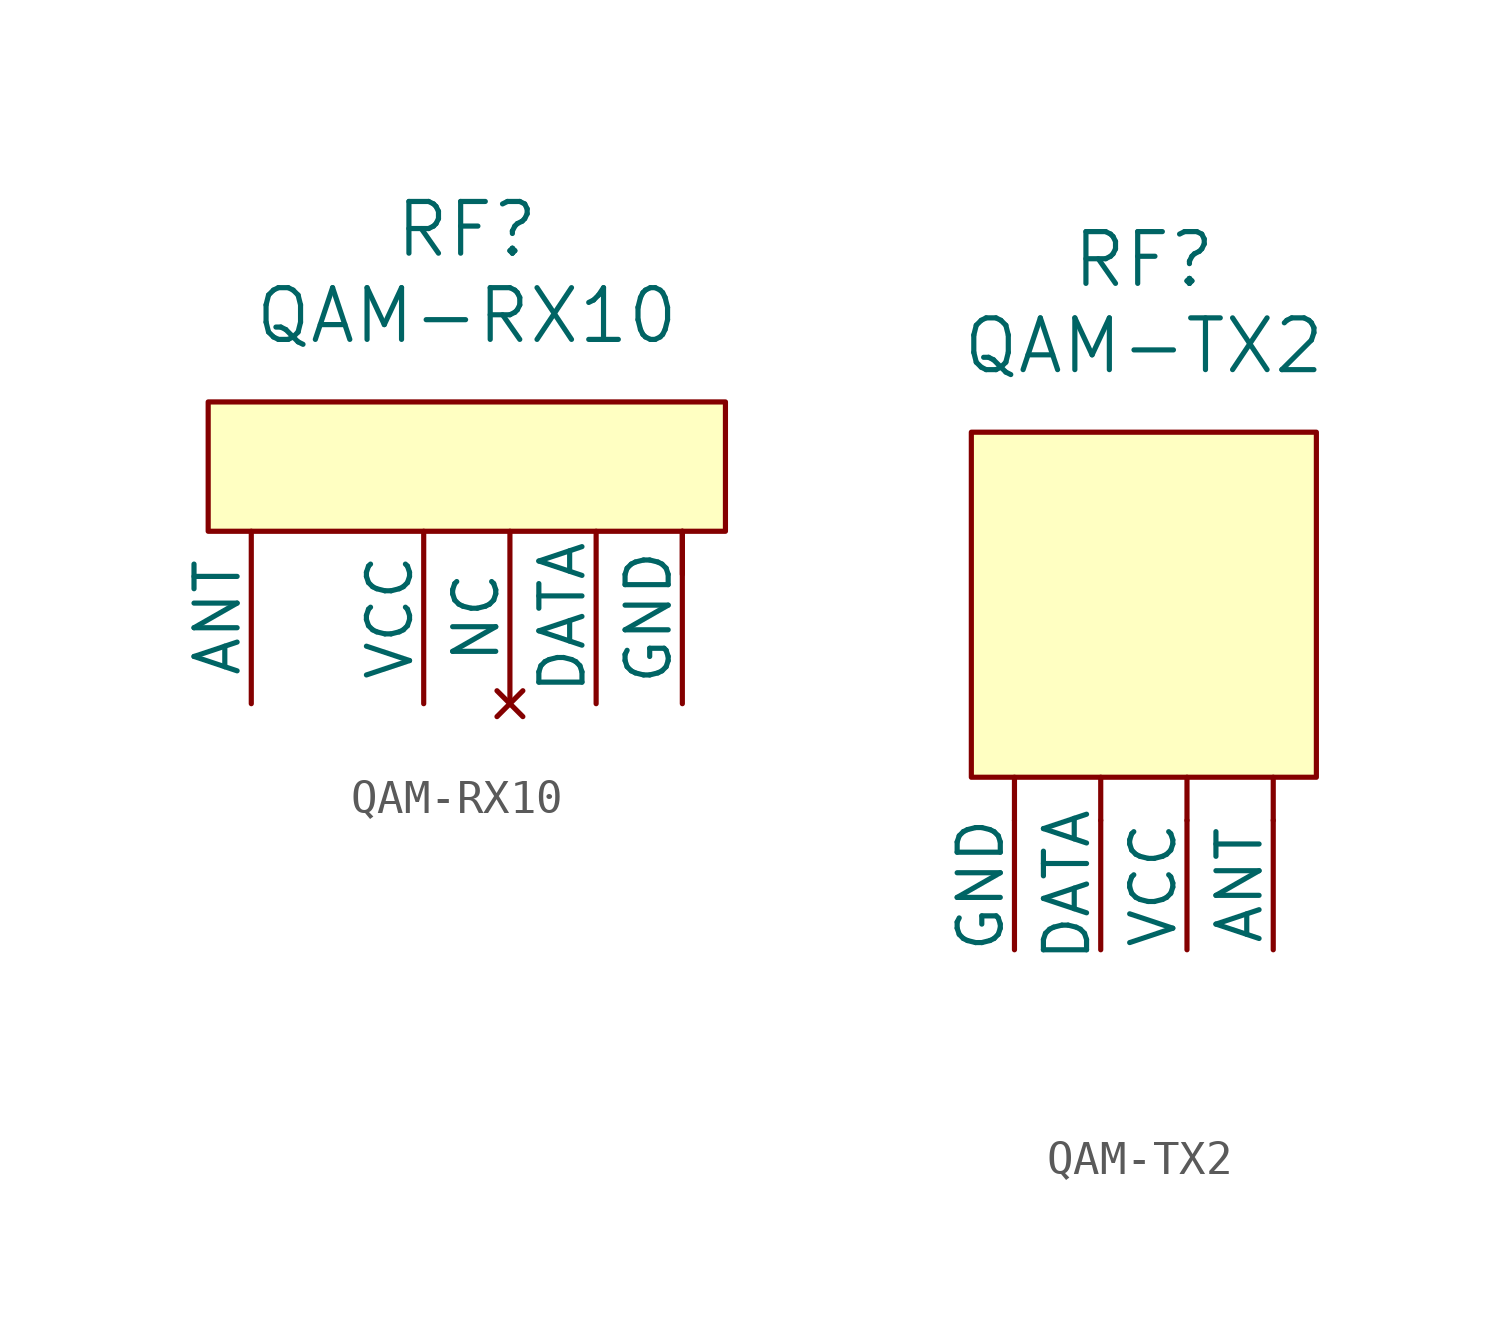
<source format=kicad_sym>
(kicad_symbol_lib
  (version 20211014)
  (generator kicad_symbol_editor)
  (symbol "QAM-RX10"
    (pin_numbers hide)
    (pin_names
      (offset 0))
    (property "Reference" "RF"
      (at 0 13.97 0)
      (effects (font (size 1.524 1.524))))
    (property "Value" "QAM-RX10"
      (at 0 11.43 0)
      (effects (font (size 1.524 1.524))))
    (property "Datasheet" ""
      (at 3.81 0 0)
      (effects (font (size 1.524 1.524))))
    (symbol "QAM-RX10_0_1"
      (rectangle (start -7.62 8.89) (end 7.62 5.08) (stroke (width 0) (type default) (color 0 0 0 0)) (fill (type background)))
      (polyline (pts (xy 6.35 3.81) (xy 6.35 5.08)) (stroke (width 0) (type default) (color 0 0 0 0)) (fill (type none))))
    (symbol "QAM-RX10_1_1"
      (pin power_in line (at -1.27 0 90) (length 5.08) (name "VCC" (effects (font (size 1.27 1.27)))) (number "1" (effects (font (size 1.27 1.27)))))
      (pin no_connect line (at 1.27 0 90) (length 5.08) (name "NC" (effects (font (size 1.27 1.27)))) (number "2" (effects (font (size 1.27 1.27)))))
      (pin output line (at 3.81 0 90) (length 5.08) (name "DATA" (effects (font (size 1.27 1.27)))) (number "3" (effects (font (size 1.27 1.27)))))
      (pin power_in line (at 6.35 0 90) (length 5.08) (name "GND" (effects (font (size 1.27 1.27)))) (number "4" (effects (font (size 1.27 1.27)))))
      (pin input line (at -6.35 0 90) (length 5.08) (name "ANT" (effects (font (size 1.27 1.27)))) (number "5" (effects (font (size 1.27 1.27)))))))
  (symbol "QAM-TX2"
    (pin_numbers hide)
    (pin_names
      (offset 0))
    (property "Reference" "RF"
      (at 0 20.32 0)
      (effects (font (size 1.524 1.524))))
    (property "Value" "QAM-TX2"
      (at 0 17.78 0)
      (effects (font (size 1.524 1.524))))
    (property "Datasheet" ""
      (at -1.27 -2.54 0)
      (effects (font (size 1.524 1.524))))
    (symbol "QAM-TX2_0_1"
      (rectangle (start -5.08 5.08) (end 5.08 15.24) (stroke (width 0) (type default) (color 0 0 0 0)) (fill (type background)))
      (polyline (pts (xy -3.81 3.81) (xy -3.81 5.08)) (stroke (width 0) (type default) (color 0 0 0 0)) (fill (type none)))
      (polyline (pts (xy -1.27 3.81) (xy -1.27 5.08)) (stroke (width 0) (type default) (color 0 0 0 0)) (fill (type none)))
      (polyline (pts (xy 1.27 3.81) (xy 1.27 5.08)) (stroke (width 0) (type default) (color 0 0 0 0)) (fill (type none)))
      (polyline (pts (xy 3.81 3.81) (xy 3.81 5.08)) (stroke (width 0) (type default) (color 0 0 0 0)) (fill (type none))))
    (symbol "QAM-TX2_1_1"
      (pin power_in line (at -3.81 0 90) (length 3.81) (name "GND" (effects (font (size 1.27 1.27)))) (number "1" (effects (font (size 1.27 1.27)))))
      (pin input line (at -1.27 0 90) (length 3.81) (name "DATA" (effects (font (size 1.27 1.27)))) (number "2" (effects (font (size 1.27 1.27)))))
      (pin power_in line (at 1.27 0 90) (length 3.81) (name "VCC" (effects (font (size 1.27 1.27)))) (number "3" (effects (font (size 1.27 1.27)))))
      (pin input line (at 3.81 0 90) (length 3.81) (name "ANT" (effects (font (size 1.27 1.27)))) (number "4" (effects (font (size 1.27 1.27))))))))
</source>
